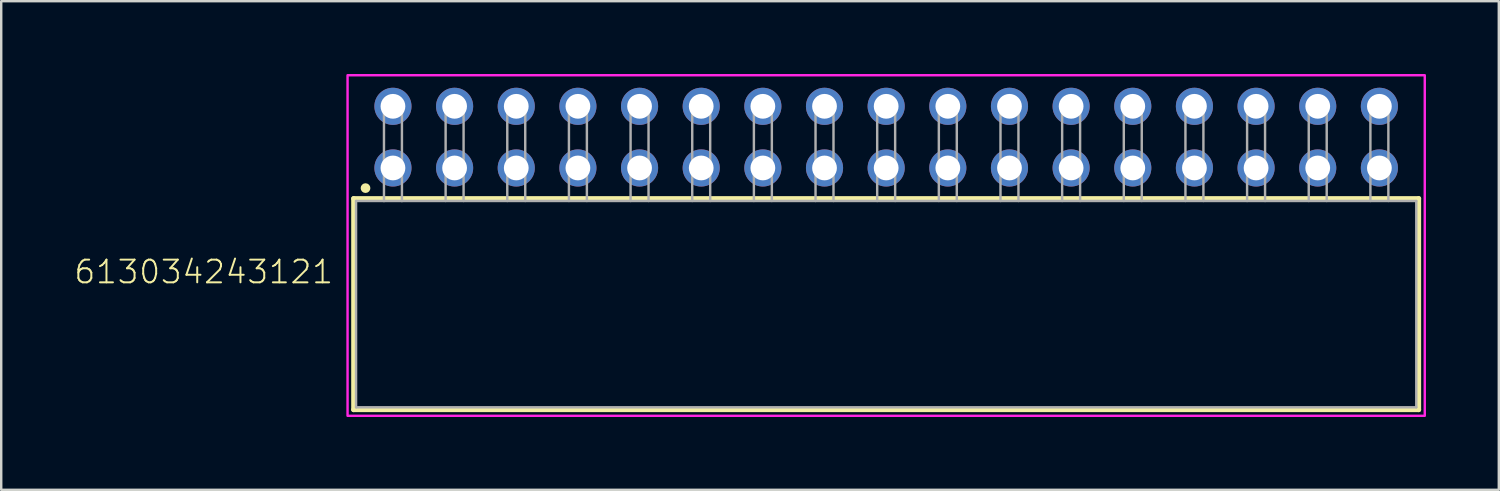
<source format=kicad_pcb>
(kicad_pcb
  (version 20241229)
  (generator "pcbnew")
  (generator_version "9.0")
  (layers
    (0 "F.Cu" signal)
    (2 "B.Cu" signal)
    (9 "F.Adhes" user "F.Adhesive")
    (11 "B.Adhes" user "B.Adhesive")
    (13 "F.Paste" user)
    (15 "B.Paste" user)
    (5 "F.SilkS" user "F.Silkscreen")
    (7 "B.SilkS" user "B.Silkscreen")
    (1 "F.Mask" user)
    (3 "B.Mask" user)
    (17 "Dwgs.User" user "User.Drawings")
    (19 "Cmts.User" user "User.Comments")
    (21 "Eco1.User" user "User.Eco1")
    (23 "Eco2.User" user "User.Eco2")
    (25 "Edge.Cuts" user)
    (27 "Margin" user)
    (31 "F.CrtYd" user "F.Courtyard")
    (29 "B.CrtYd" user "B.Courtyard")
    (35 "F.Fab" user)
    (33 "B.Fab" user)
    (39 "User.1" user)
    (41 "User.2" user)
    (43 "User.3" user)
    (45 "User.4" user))
  (footprint "613034243121"
    (layer "F.Cu")
    (at 33.459 9.48)
    (property "Reference" "613034243121" (at -22.72 -0.78 0) (unlocked yes) (layer "F.SilkS") (effects (font (size 0.935 0.935) (thickness 0.081)) (justify right bottom)))
    (fp_line (start -21.94 -4.35) (end 21.94 -4.35) (stroke (width 0.2) (type solid)) (layer "F.SilkS"))
    (fp_line (start -21.94 4.35) (end -21.94 -4.35) (stroke (width 0.2) (type solid)) (layer "F.SilkS"))
    (fp_line (start 21.94 -4.35) (end 21.94 4.35) (stroke (width 0.2) (type solid)) (layer "F.SilkS"))
    (fp_line (start 21.94 4.35) (end -21.94 4.35) (stroke (width 0.2) (type solid)) (layer "F.SilkS"))
    (fp_circle (center -21.45 -4.78) (end -21.35 -4.78) (stroke (width 0.2) (type solid)) (fill no) (layer "F.SilkS"))
    (fp_poly (pts (xy 22.19 4.6) (xy -22.19 4.6) (xy -22.19 -9.43) (xy 22.19 -9.43)) (stroke (width 0.1) (type default)) (fill no) (layer "F.CrtYd"))
    (fp_line (start -21.84 -4.25) (end -21.84 4.25) (stroke (width 0.1) (type solid)) (layer "F.Fab"))
    (fp_line (start -20.69 -8.35) (end -19.95 -8.35) (stroke (width 0.1) (type solid)) (layer "F.Fab"))
    (fp_line (start -20.69 -4.25) (end -21.84 -4.25) (stroke (width 0.1) (type solid)) (layer "F.Fab"))
    (fp_line (start -20.69 -4.25) (end -20.69 -8.35) (stroke (width 0.1) (type solid)) (layer "F.Fab"))
    (fp_line (start -19.95 -8.35) (end -19.95 -4.25) (stroke (width 0.1) (type solid)) (layer "F.Fab"))
    (fp_line (start -19.95 -4.25) (end -20.69 -4.25) (stroke (width 0.1) (type solid)) (layer "F.Fab"))
    (fp_line (start -18.15 -8.35) (end -17.41 -8.35) (stroke (width 0.1) (type solid)) (layer "F.Fab"))
    (fp_line (start -18.15 -4.25) (end -18.15 -8.35) (stroke (width 0.1) (type solid)) (layer "F.Fab"))
    (fp_line (start -17.41 -8.35) (end -17.41 -4.25) (stroke (width 0.1) (type solid)) (layer "F.Fab"))
    (fp_line (start -15.61 -8.35) (end -14.87 -8.35) (stroke (width 0.1) (type solid)) (layer "F.Fab"))
    (fp_line (start -15.61 -4.25) (end -15.61 -8.35) (stroke (width 0.1) (type solid)) (layer "F.Fab"))
    (fp_line (start -14.87 -8.35) (end -14.87 -4.25) (stroke (width 0.1) (type solid)) (layer "F.Fab"))
    (fp_line (start -13.07 -8.35) (end -12.33 -8.35) (stroke (width 0.1) (type solid)) (layer "F.Fab"))
    (fp_line (start -13.07 -4.25) (end -13.07 -8.35) (stroke (width 0.1) (type solid)) (layer "F.Fab"))
    (fp_line (start -12.33 -8.35) (end -12.33 -4.25) (stroke (width 0.1) (type solid)) (layer "F.Fab"))
    (fp_line (start -10.53 -8.35) (end -9.79 -8.35) (stroke (width 0.1) (type solid)) (layer "F.Fab"))
    (fp_line (start -10.53 -4.25) (end -10.53 -8.35) (stroke (width 0.1) (type solid)) (layer "F.Fab"))
    (fp_line (start -9.79 -8.35) (end -9.79 -4.25) (stroke (width 0.1) (type solid)) (layer "F.Fab"))
    (fp_line (start -7.99 -8.35) (end -7.25 -8.35) (stroke (width 0.1) (type solid)) (layer "F.Fab"))
    (fp_line (start -7.99 -4.25) (end -7.99 -8.35) (stroke (width 0.1) (type solid)) (layer "F.Fab"))
    (fp_line (start -7.25 -8.35) (end -7.25 -4.25) (stroke (width 0.1) (type solid)) (layer "F.Fab"))
    (fp_line (start -5.45 -8.35) (end -4.71 -8.35) (stroke (width 0.1) (type solid)) (layer "F.Fab"))
    (fp_line (start -5.45 -4.25) (end -5.45 -8.35) (stroke (width 0.1) (type solid)) (layer "F.Fab"))
    (fp_line (start -4.71 -8.35) (end -4.71 -4.25) (stroke (width 0.1) (type solid)) (layer "F.Fab"))
    (fp_line (start -2.91 -8.35) (end -2.17 -8.35) (stroke (width 0.1) (type solid)) (layer "F.Fab"))
    (fp_line (start -2.91 -4.25) (end -2.91 -8.35) (stroke (width 0.1) (type solid)) (layer "F.Fab"))
    (fp_line (start -2.17 -8.35) (end -2.17 -4.25) (stroke (width 0.1) (type solid)) (layer "F.Fab"))
    (fp_line (start -0.37 -8.35) (end 0.37 -8.35) (stroke (width 0.1) (type solid)) (layer "F.Fab"))
    (fp_line (start -0.37 -4.25) (end -0.37 -8.35) (stroke (width 0.1) (type solid)) (layer "F.Fab"))
    (fp_line (start 0.37 -8.35) (end 0.37 -4.25) (stroke (width 0.1) (type solid)) (layer "F.Fab"))
    (fp_line (start 2.17 -8.35) (end 2.91 -8.35) (stroke (width 0.1) (type solid)) (layer "F.Fab"))
    (fp_line (start 2.17 -4.25) (end 2.17 -8.35) (stroke (width 0.1) (type solid)) (layer "F.Fab"))
    (fp_line (start 2.91 -8.35) (end 2.91 -4.25) (stroke (width 0.1) (type solid)) (layer "F.Fab"))
    (fp_line (start 4.71 -8.35) (end 5.45 -8.35) (stroke (width 0.1) (type solid)) (layer "F.Fab"))
    (fp_line (start 4.71 -4.25) (end 4.71 -8.35) (stroke (width 0.1) (type solid)) (layer "F.Fab"))
    (fp_line (start 5.45 -8.35) (end 5.45 -4.25) (stroke (width 0.1) (type solid)) (layer "F.Fab"))
    (fp_line (start 7.25 -8.35) (end 7.99 -8.35) (stroke (width 0.1) (type solid)) (layer "F.Fab"))
    (fp_line (start 7.25 -4.25) (end 7.25 -8.35) (stroke (width 0.1) (type solid)) (layer "F.Fab"))
    (fp_line (start 7.99 -8.35) (end 7.99 -4.25) (stroke (width 0.1) (type solid)) (layer "F.Fab"))
    (fp_line (start 9.79 -8.35) (end 10.53 -8.35) (stroke (width 0.1) (type solid)) (layer "F.Fab"))
    (fp_line (start 9.79 -4.25) (end 9.79 -8.35) (stroke (width 0.1) (type solid)) (layer "F.Fab"))
    (fp_line (start 10.53 -8.35) (end 10.53 -4.25) (stroke (width 0.1) (type solid)) (layer "F.Fab"))
    (fp_line (start 12.33 -8.35) (end 13.07 -8.35) (stroke (width 0.1) (type solid)) (layer "F.Fab"))
    (fp_line (start 12.33 -4.25) (end 12.33 -8.35) (stroke (width 0.1) (type solid)) (layer "F.Fab"))
    (fp_line (start 13.07 -8.35) (end 13.07 -4.25) (stroke (width 0.1) (type solid)) (layer "F.Fab"))
    (fp_line (start 14.87 -8.35) (end 15.61 -8.35) (stroke (width 0.1) (type solid)) (layer "F.Fab"))
    (fp_line (start 14.87 -4.25) (end 14.87 -8.35) (stroke (width 0.1) (type solid)) (layer "F.Fab"))
    (fp_line (start 15.61 -8.35) (end 15.61 -4.25) (stroke (width 0.1) (type solid)) (layer "F.Fab"))
    (fp_line (start 17.41 -8.35) (end 18.15 -8.35) (stroke (width 0.1) (type solid)) (layer "F.Fab"))
    (fp_line (start 17.41 -4.25) (end 17.41 -8.35) (stroke (width 0.1) (type solid)) (layer "F.Fab"))
    (fp_line (start 18.15 -8.35) (end 18.15 -4.25) (stroke (width 0.1) (type solid)) (layer "F.Fab"))
    (fp_line (start 19.95 -8.35) (end 20.69 -8.35) (stroke (width 0.1) (type solid)) (layer "F.Fab"))
    (fp_line (start 19.95 -4.25) (end 19.95 -8.35) (stroke (width 0.1) (type solid)) (layer "F.Fab"))
    (fp_line (start 20.69 -8.35) (end 20.69 -4.25) (stroke (width 0.1) (type solid)) (layer "F.Fab"))
    (fp_line (start 21.84 -4.25) (end -19.95 -4.25) (stroke (width 0.1) (type solid)) (layer "F.Fab"))
    (fp_line (start 21.84 4.25) (end -21.84 4.25) (stroke (width 0.1) (type solid)) (layer "F.Fab"))
    (fp_line (start 21.84 4.25) (end 21.84 -4.25) (stroke (width 0.1) (type solid)) (layer "F.Fab"))
    (pad "1" thru_hole circle (at -20.32 -5.61 180) (size 1.53 1.53) (drill 1.02) (layers "*.Cu" "*.Mask"))
    (pad "2" thru_hole circle (at -20.32 -8.15 180) (size 1.53 1.53) (drill 1.02) (layers "*.Cu" "*.Mask"))
    (pad "3" thru_hole circle (at -17.78 -5.61 180) (size 1.53 1.53) (drill 1.02) (layers "*.Cu" "*.Mask"))
    (pad "4" thru_hole circle (at -17.78 -8.15 180) (size 1.53 1.53) (drill 1.02) (layers "*.Cu" "*.Mask"))
    (pad "5" thru_hole circle (at -15.24 -5.61 180) (size 1.53 1.53) (drill 1.02) (layers "*.Cu" "*.Mask"))
    (pad "6" thru_hole circle (at -15.24 -8.15 180) (size 1.53 1.53) (drill 1.02) (layers "*.Cu" "*.Mask"))
    (pad "7" thru_hole circle (at -12.7 -5.61 180) (size 1.53 1.53) (drill 1.02) (layers "*.Cu" "*.Mask"))
    (pad "8" thru_hole circle (at -12.7 -8.15 180) (size 1.53 1.53) (drill 1.02) (layers "*.Cu" "*.Mask"))
    (pad "9" thru_hole circle (at -10.16 -5.61 180) (size 1.53 1.53) (drill 1.02) (layers "*.Cu" "*.Mask"))
    (pad "10" thru_hole circle (at -10.16 -8.15 180) (size 1.53 1.53) (drill 1.02) (layers "*.Cu" "*.Mask"))
    (pad "11" thru_hole circle (at -7.62 -5.61 180) (size 1.53 1.53) (drill 1.02) (layers "*.Cu" "*.Mask"))
    (pad "12" thru_hole circle (at -7.62 -8.15 180) (size 1.53 1.53) (drill 1.02) (layers "*.Cu" "*.Mask"))
    (pad "13" thru_hole circle (at -5.08 -5.61 180) (size 1.53 1.53) (drill 1.02) (layers "*.Cu" "*.Mask"))
    (pad "14" thru_hole circle (at -5.08 -8.15 180) (size 1.53 1.53) (drill 1.02) (layers "*.Cu" "*.Mask"))
    (pad "15" thru_hole circle (at -2.54 -5.61 180) (size 1.53 1.53) (drill 1.02) (layers "*.Cu" "*.Mask"))
    (pad "16" thru_hole circle (at -2.54 -8.15 180) (size 1.53 1.53) (drill 1.02) (layers "*.Cu" "*.Mask"))
    (pad "17" thru_hole circle (at 0 -5.61 180) (size 1.53 1.53) (drill 1.02) (layers "*.Cu" "*.Mask"))
    (pad "18" thru_hole circle (at 0 -8.15 180) (size 1.53 1.53) (drill 1.02) (layers "*.Cu" "*.Mask"))
    (pad "19" thru_hole circle (at 2.54 -5.61 180) (size 1.53 1.53) (drill 1.02) (layers "*.Cu" "*.Mask"))
    (pad "20" thru_hole circle (at 2.54 -8.15 180) (size 1.53 1.53) (drill 1.02) (layers "*.Cu" "*.Mask"))
    (pad "21" thru_hole circle (at 5.08 -5.61 180) (size 1.53 1.53) (drill 1.02) (layers "*.Cu" "*.Mask"))
    (pad "22" thru_hole circle (at 5.08 -8.15 180) (size 1.53 1.53) (drill 1.02) (layers "*.Cu" "*.Mask"))
    (pad "23" thru_hole circle (at 7.62 -5.61 180) (size 1.53 1.53) (drill 1.02) (layers "*.Cu" "*.Mask"))
    (pad "24" thru_hole circle (at 7.62 -8.15 180) (size 1.53 1.53) (drill 1.02) (layers "*.Cu" "*.Mask"))
    (pad "25" thru_hole circle (at 10.16 -5.61 180) (size 1.53 1.53) (drill 1.02) (layers "*.Cu" "*.Mask"))
    (pad "26" thru_hole circle (at 10.16 -8.15 180) (size 1.53 1.53) (drill 1.02) (layers "*.Cu" "*.Mask"))
    (pad "27" thru_hole circle (at 12.7 -5.61 180) (size 1.53 1.53) (drill 1.02) (layers "*.Cu" "*.Mask"))
    (pad "28" thru_hole circle (at 12.7 -8.15 180) (size 1.53 1.53) (drill 1.02) (layers "*.Cu" "*.Mask"))
    (pad "29" thru_hole circle (at 15.24 -5.61 180) (size 1.53 1.53) (drill 1.02) (layers "*.Cu" "*.Mask"))
    (pad "30" thru_hole circle (at 15.24 -8.15 180) (size 1.53 1.53) (drill 1.02) (layers "*.Cu" "*.Mask"))
    (pad "31" thru_hole circle (at 17.78 -5.61 180) (size 1.53 1.53) (drill 1.02) (layers "*.Cu" "*.Mask"))
    (pad "32" thru_hole circle (at 17.78 -8.15 180) (size 1.53 1.53) (drill 1.02) (layers "*.Cu" "*.Mask"))
    (pad "33" thru_hole circle (at 20.32 -5.61 180) (size 1.53 1.53) (drill 1.02) (layers "*.Cu" "*.Mask"))
    (pad "34" thru_hole circle (at 20.32 -8.15 180) (size 1.53 1.53) (drill 1.02) (layers "*.Cu" "*.Mask")))
  (gr_rect
    (start -3 -3)
    (end 58.699 17.13)
    (stroke (width 0.1) (type default))
    (fill no)
    (layer "Edge.Cuts")))
</source>
